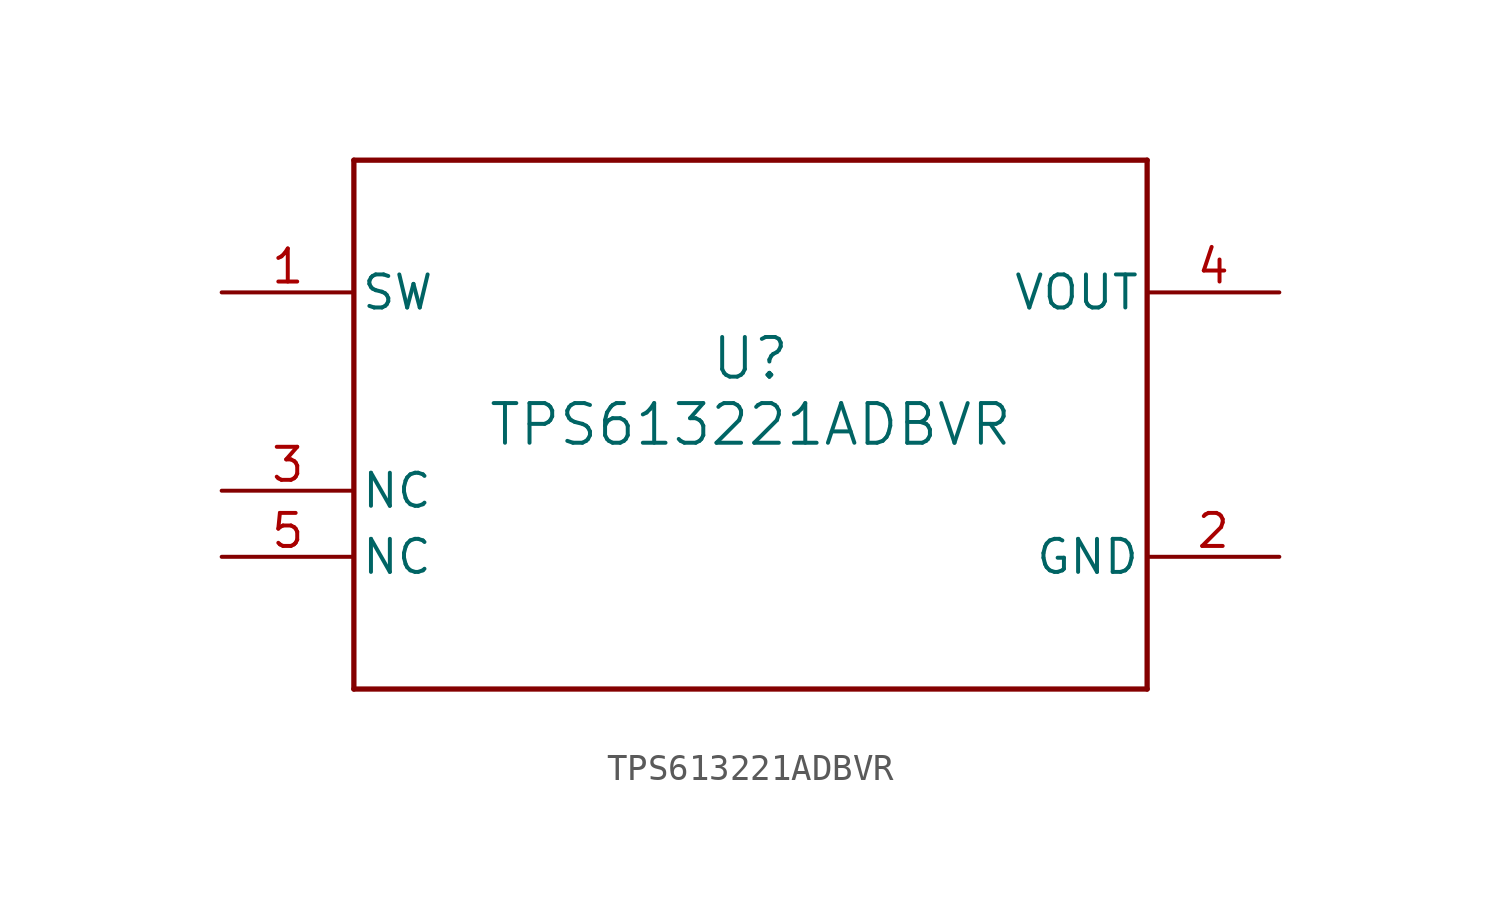
<source format=kicad_sym>
(kicad_symbol_lib
  (version 20211014)
  (generator kicad_symbol_editor)
  (symbol "TPS613221ADBVR"
    (pin_names
      (offset 0.254))
    (property "Reference" "U"
      (at 0 2.54 0)
      (effects (font (size 1.524 1.524))))
    (property "Value" "TPS613221ADBVR"
      (at 0 0 0)
      (effects (font (size 1.524 1.524))))
    (symbol "TPS613221ADBVR_0_1"
      (polyline (pts (xy -15.24 -10.16) (xy 15.24 -10.16)) (stroke (width 0.203) (type default) (color 0 0 0 0)) (fill (type none)))
      (polyline (pts (xy 15.24 -10.16) (xy 15.24 10.16)) (stroke (width 0.203) (type default) (color 0 0 0 0)) (fill (type none)))
      (polyline (pts (xy 15.24 10.16) (xy -15.24 10.16)) (stroke (width 0.203) (type default) (color 0 0 0 0)) (fill (type none)))
      (polyline (pts (xy -15.24 10.16) (xy -15.24 -10.16)) (stroke (width 0.203) (type default) (color 0 0 0 0)) (fill (type none)))
      (pin power_in line (at -20.32 5.08 0) (length 5.08) (name "SW" (effects (font (size 1.27 1.27)))) (number "1" (effects (font (size 1.27 1.27)))))
      (pin power_in line (at 20.32 -5.08 180) (length 5.08) (name "GND" (effects (font (size 1.27 1.27)))) (number "2" (effects (font (size 1.27 1.27)))))
      (pin unspecified line (at -20.32 -2.54 0) (length 5.08) (name "NC" (effects (font (size 1.27 1.27)))) (number "3" (effects (font (size 1.27 1.27)))))
      (pin power_in line (at 20.32 5.08 180) (length 5.08) (name "VOUT" (effects (font (size 1.27 1.27)))) (number "4" (effects (font (size 1.27 1.27)))))
      (pin unspecified line (at -20.32 -5.08 0) (length 5.08) (name "NC" (effects (font (size 1.27 1.27)))) (number "5" (effects (font (size 1.27 1.27))))))))
</source>
